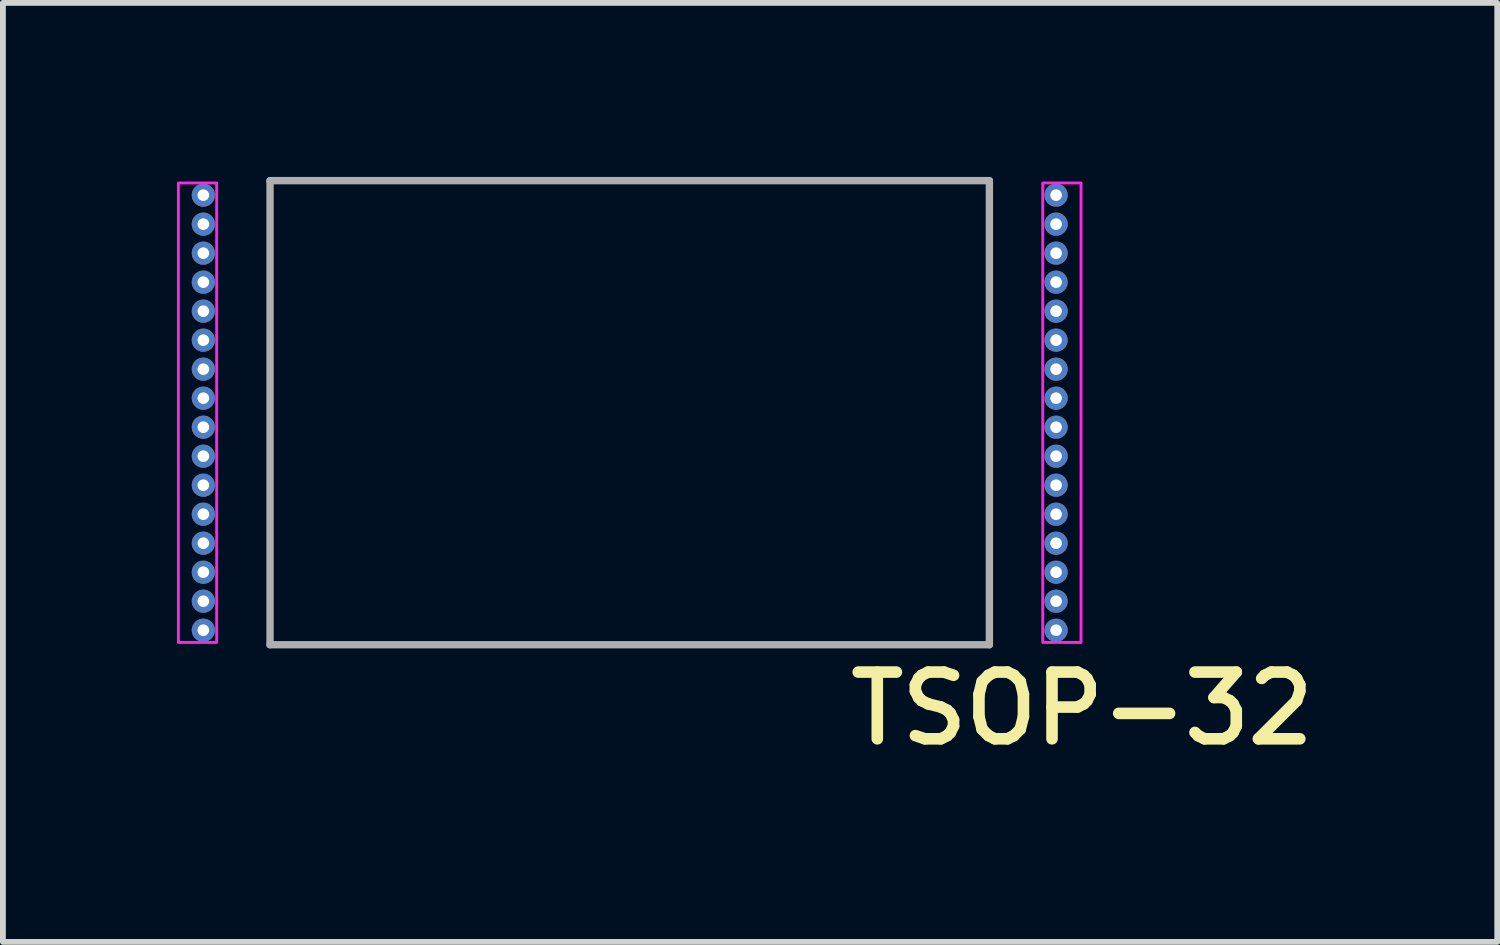
<source format=kicad_pcb>
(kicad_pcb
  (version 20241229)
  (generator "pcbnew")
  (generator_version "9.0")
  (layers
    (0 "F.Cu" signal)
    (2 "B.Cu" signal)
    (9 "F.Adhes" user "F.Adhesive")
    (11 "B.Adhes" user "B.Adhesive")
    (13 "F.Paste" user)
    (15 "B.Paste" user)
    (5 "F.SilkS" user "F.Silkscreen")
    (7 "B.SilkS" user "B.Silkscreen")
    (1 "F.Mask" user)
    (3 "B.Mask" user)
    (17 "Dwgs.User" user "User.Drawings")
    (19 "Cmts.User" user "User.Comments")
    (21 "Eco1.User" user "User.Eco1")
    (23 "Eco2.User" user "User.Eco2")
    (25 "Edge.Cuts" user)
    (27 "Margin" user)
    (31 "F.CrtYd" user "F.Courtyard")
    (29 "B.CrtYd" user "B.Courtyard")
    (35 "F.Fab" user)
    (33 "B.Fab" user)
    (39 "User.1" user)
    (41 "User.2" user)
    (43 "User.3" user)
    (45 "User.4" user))
  (footprint "TSOP-32"
    (layer "F.Cu")
    (at 7.805 4.064)
    (property "Reference" "TSOP-32" (at 7.8 5.1 0) (layer "F.SilkS") (effects (font (size 1.15 1.15) (thickness 0.2) (bold yes))))
    (attr through_hole)
    (fp_rect (start -7.78 -3.96) (end -7.12 3.96) (stroke (width 0.05) (type default)) (fill no) (layer "F.CrtYd"))
    (fp_rect (start 7.12 -3.96) (end 7.78 3.96) (stroke (width 0.05) (type default)) (fill no) (layer "F.CrtYd"))
    (fp_line (start -6.2 -4) (end -6.2 4) (stroke (width 0.127) (type solid)) (layer "F.Fab"))
    (fp_line (start -6.2 -4) (end 6.2 -4) (stroke (width 0.127) (type solid)) (layer "F.Fab"))
    (fp_line (start -6.2 4) (end 6.2 4) (stroke (width 0.127) (type solid)) (layer "F.Fab"))
    (fp_line (start 6.2 -4) (end 6.2 4) (stroke (width 0.127) (type solid)) (layer "F.Fab"))
    (pad "1" thru_hole circle (at -7.35 -3.75) (size 0.4 0.4) (drill 0.2) (layers "*.Cu" "*.Mask"))
    (pad "2" thru_hole circle (at -7.35 -3.25) (size 0.4 0.4) (drill 0.2) (layers "*.Cu" "*.Mask"))
    (pad "3" thru_hole circle (at -7.35 -2.75) (size 0.4 0.4) (drill 0.2) (layers "*.Cu" "*.Mask"))
    (pad "4" thru_hole circle (at -7.35 -2.25) (size 0.4 0.4) (drill 0.2) (layers "*.Cu" "*.Mask"))
    (pad "5" thru_hole circle (at -7.35 -1.75) (size 0.4 0.4) (drill 0.2) (layers "*.Cu" "*.Mask"))
    (pad "6" thru_hole circle (at -7.35 -1.25) (size 0.4 0.4) (drill 0.2) (layers "*.Cu" "*.Mask"))
    (pad "7" thru_hole circle (at -7.35 -0.75) (size 0.4 0.4) (drill 0.2) (layers "*.Cu" "*.Mask"))
    (pad "8" thru_hole circle (at -7.35 -0.25) (size 0.4 0.4) (drill 0.2) (layers "*.Cu" "*.Mask"))
    (pad "9" thru_hole circle (at -7.35 0.25) (size 0.4 0.4) (drill 0.2) (layers "*.Cu" "*.Mask"))
    (pad "10" thru_hole circle (at -7.35 0.75) (size 0.4 0.4) (drill 0.2) (layers "*.Cu" "*.Mask"))
    (pad "11" thru_hole circle (at -7.35 1.25) (size 0.4 0.4) (drill 0.2) (layers "*.Cu" "*.Mask"))
    (pad "12" thru_hole circle (at -7.35 1.75) (size 0.4 0.4) (drill 0.2) (layers "*.Cu" "*.Mask"))
    (pad "13" thru_hole circle (at -7.35 2.25) (size 0.4 0.4) (drill 0.2) (layers "*.Cu" "*.Mask"))
    (pad "14" thru_hole circle (at -7.35 2.75) (size 0.4 0.4) (drill 0.2) (layers "*.Cu" "*.Mask"))
    (pad "15" thru_hole circle (at -7.35 3.25) (size 0.4 0.4) (drill 0.2) (layers "*.Cu" "*.Mask"))
    (pad "16" thru_hole circle (at -7.35 3.75) (size 0.4 0.4) (drill 0.2) (layers "*.Cu" "*.Mask"))
    (pad "17" thru_hole circle (at 7.35 3.75) (size 0.4 0.4) (drill 0.2) (layers "*.Cu" "*.Mask"))
    (pad "18" thru_hole circle (at 7.35 3.25) (size 0.4 0.4) (drill 0.2) (layers "*.Cu" "*.Mask"))
    (pad "19" thru_hole circle (at 7.35 2.75) (size 0.4 0.4) (drill 0.2) (layers "*.Cu" "*.Mask"))
    (pad "20" thru_hole circle (at 7.35 2.25) (size 0.4 0.4) (drill 0.2) (layers "*.Cu" "*.Mask"))
    (pad "21" thru_hole circle (at 7.35 1.75) (size 0.4 0.4) (drill 0.2) (layers "*.Cu" "*.Mask"))
    (pad "22" thru_hole circle (at 7.35 1.25) (size 0.4 0.4) (drill 0.2) (layers "*.Cu" "*.Mask"))
    (pad "23" thru_hole circle (at 7.35 0.75) (size 0.4 0.4) (drill 0.2) (layers "*.Cu" "*.Mask"))
    (pad "24" thru_hole circle (at 7.35 0.25) (size 0.4 0.4) (drill 0.2) (layers "*.Cu" "*.Mask"))
    (pad "25" thru_hole circle (at 7.35 -0.25) (size 0.4 0.4) (drill 0.2) (layers "*.Cu" "*.Mask"))
    (pad "26" thru_hole circle (at 7.35 -0.75) (size 0.4 0.4) (drill 0.2) (layers "*.Cu" "*.Mask"))
    (pad "27" thru_hole circle (at 7.35 -1.25) (size 0.4 0.4) (drill 0.2) (layers "*.Cu" "*.Mask"))
    (pad "28" thru_hole circle (at 7.35 -1.75) (size 0.4 0.4) (drill 0.2) (layers "*.Cu" "*.Mask"))
    (pad "29" thru_hole circle (at 7.35 -2.25) (size 0.4 0.4) (drill 0.2) (layers "*.Cu" "*.Mask"))
    (pad "30" thru_hole circle (at 7.35 -2.75) (size 0.4 0.4) (drill 0.2) (layers "*.Cu" "*.Mask"))
    (pad "31" thru_hole circle (at 7.35 -3.25) (size 0.4 0.4) (drill 0.2) (layers "*.Cu" "*.Mask"))
    (pad "32" thru_hole circle (at 7.35 -3.75) (size 0.4 0.4) (drill 0.2) (layers "*.Cu" "*.Mask")))
  (gr_rect
    (start -3 -3)
    (end 22.76 13.187)
    (stroke (width 0.1) (type default))
    (fill no)
    (layer "Edge.Cuts")))
</source>
